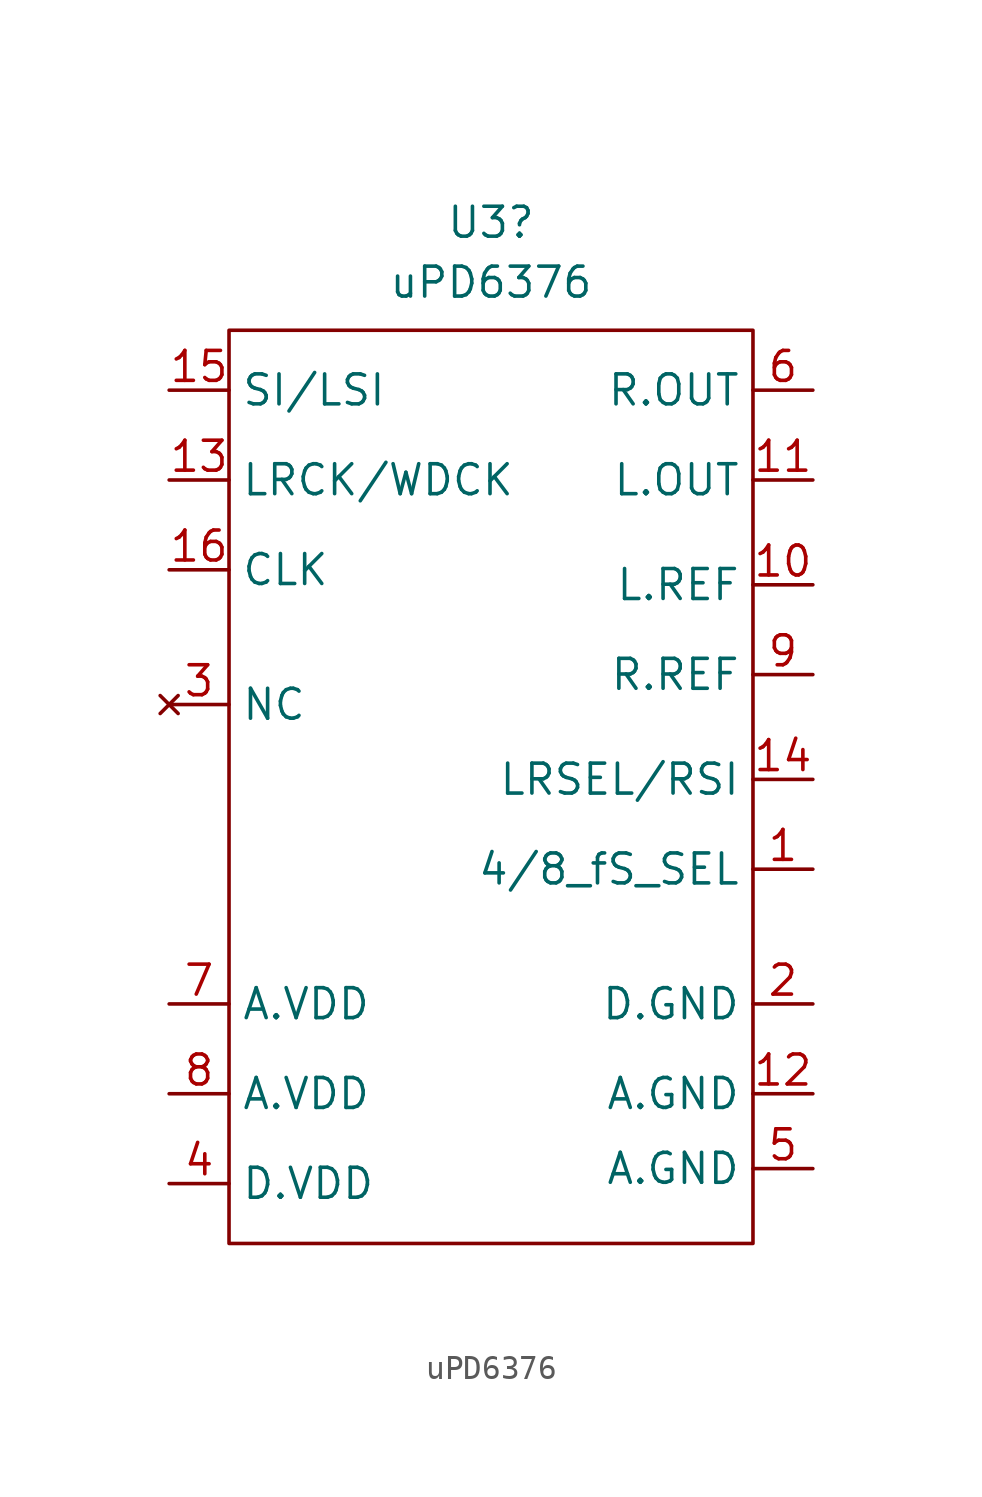
<source format=kicad_sym>
(kicad_symbol_lib
  (version 20220914)
  (generator kicad_symbol_editor)
  (symbol "uPD6376"
    (property "Reference" "U3"
      (at -0.318 19.812 0)
      (effects (font (size 1.27 1.27))))
    (property "Value" "uPD6376"
      (at -0.318 17.272 0)
      (effects (font (size 1.27 1.27))))
    (symbol "uPD6376_0_1"
      (rectangle (start -11.43 15.24) (end 10.795 -23.495) (stroke (width 0) (type default)) (fill (type none))))
    (symbol "uPD6376_1_1"
      (pin input line (at 13.335 -7.62 180) (length 2.54) (name "4/8_fS_SEL" (effects (font (size 1.27 1.27)))) (number "1" (effects (font (size 1.27 1.27)))))
      (pin input line (at 13.335 4.445 180) (length 2.54) (name "L.REF" (effects (font (size 1.27 1.27)))) (number "10" (effects (font (size 1.27 1.27)))))
      (pin output line (at 13.335 8.89 180) (length 2.54) (name "L.OUT" (effects (font (size 1.27 1.27)))) (number "11" (effects (font (size 1.27 1.27)))))
      (pin power_in line (at 13.335 -17.145 180) (length 2.54) (name "A.GND" (effects (font (size 1.27 1.27)))) (number "12" (effects (font (size 1.27 1.27)))))
      (pin input line (at -13.97 8.89 0) (length 2.54) (name "LRCK/WDCK" (effects (font (size 1.27 1.27)))) (number "13" (effects (font (size 1.27 1.27)))))
      (pin input line (at 13.335 -3.81 180) (length 2.54) (name "LRSEL/RSI" (effects (font (size 1.27 1.27)))) (number "14" (effects (font (size 1.27 1.27)))))
      (pin input line (at -13.97 12.7 0) (length 2.54) (name "SI/LSI" (effects (font (size 1.27 1.27)))) (number "15" (effects (font (size 1.27 1.27)))))
      (pin input line (at -13.97 5.08 0) (length 2.54) (name "CLK" (effects (font (size 1.27 1.27)))) (number "16" (effects (font (size 1.27 1.27)))))
      (pin power_in line (at 13.335 -13.335 180) (length 2.54) (name "D.GND" (effects (font (size 1.27 1.27)))) (number "2" (effects (font (size 1.27 1.27)))))
      (pin no_connect line (at -13.97 -0.635 0) (length 2.54) (name "NC" (effects (font (size 1.27 1.27)))) (number "3" (effects (font (size 1.27 1.27)))))
      (pin power_in line (at -13.97 -20.955 0) (length 2.54) (name "D.VDD" (effects (font (size 1.27 1.27)))) (number "4" (effects (font (size 1.27 1.27)))))
      (pin power_in line (at 13.335 -20.32 180) (length 2.54) (name "A.GND" (effects (font (size 1.27 1.27)))) (number "5" (effects (font (size 1.27 1.27)))))
      (pin output line (at 13.335 12.7 180) (length 2.54) (name "R.OUT" (effects (font (size 1.27 1.27)))) (number "6" (effects (font (size 1.27 1.27)))))
      (pin power_in line (at -13.97 -13.335 0) (length 2.54) (name "A.VDD" (effects (font (size 1.27 1.27)))) (number "7" (effects (font (size 1.27 1.27)))))
      (pin power_in line (at -13.97 -17.145 0) (length 2.54) (name "A.VDD" (effects (font (size 1.27 1.27)))) (number "8" (effects (font (size 1.27 1.27)))))
      (pin input line (at 13.335 0.635 180) (length 2.54) (name "R.REF" (effects (font (size 1.27 1.27)))) (number "9" (effects (font (size 1.27 1.27))))))))
</source>
